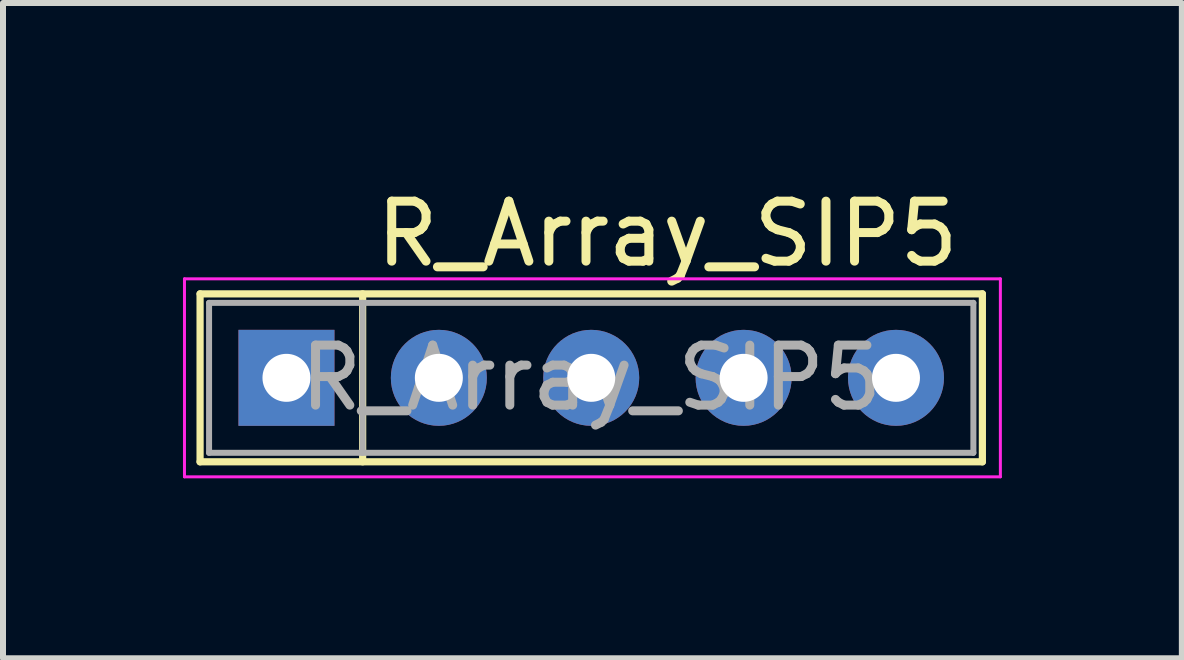
<source format=kicad_pcb>
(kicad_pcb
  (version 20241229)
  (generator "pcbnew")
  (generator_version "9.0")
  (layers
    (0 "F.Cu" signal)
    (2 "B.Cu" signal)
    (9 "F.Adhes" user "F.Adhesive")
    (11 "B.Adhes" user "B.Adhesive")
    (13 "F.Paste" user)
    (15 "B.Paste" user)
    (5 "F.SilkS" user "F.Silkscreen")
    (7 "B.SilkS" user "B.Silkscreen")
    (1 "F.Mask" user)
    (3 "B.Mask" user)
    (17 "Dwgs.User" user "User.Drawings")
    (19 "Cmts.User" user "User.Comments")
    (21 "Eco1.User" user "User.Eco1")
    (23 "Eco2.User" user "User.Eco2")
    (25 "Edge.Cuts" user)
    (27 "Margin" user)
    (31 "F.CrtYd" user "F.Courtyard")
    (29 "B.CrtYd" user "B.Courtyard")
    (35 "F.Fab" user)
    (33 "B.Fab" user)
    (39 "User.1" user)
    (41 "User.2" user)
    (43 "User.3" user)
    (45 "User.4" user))
  (footprint "R_Array_SIP5"
    (layer "F.Cu")
    (at 1.725 3.248)
    (property "Reference" "R_Array_SIP5" (at 6.35 -2.4 0) (layer "F.SilkS") (effects (font (size 1 1) (thickness 0.15))))
    (attr through_hole)
    (fp_line (start -1.44 -1.4) (end -1.44 1.4) (stroke (width 0.12) (type solid)) (layer "F.SilkS"))
    (fp_line (start -1.44 1.4) (end 11.6 1.4) (stroke (width 0.12) (type solid)) (layer "F.SilkS"))
    (fp_line (start 1.27 -1.4) (end 1.27 1.4) (stroke (width 0.12) (type solid)) (layer "F.SilkS"))
    (fp_line (start 11.6 -1.4) (end -1.44 -1.4) (stroke (width 0.12) (type solid)) (layer "F.SilkS"))
    (fp_line (start 11.6 1.4) (end 11.6 -1.4) (stroke (width 0.12) (type solid)) (layer "F.SilkS"))
    (fp_line (start -1.7 -1.65) (end -1.7 1.65) (stroke (width 0.05) (type solid)) (layer "F.CrtYd"))
    (fp_line (start -1.7 1.65) (end 11.9 1.65) (stroke (width 0.05) (type solid)) (layer "F.CrtYd"))
    (fp_line (start 11.9 -1.65) (end -1.7 -1.65) (stroke (width 0.05) (type solid)) (layer "F.CrtYd"))
    (fp_line (start 11.9 1.65) (end 11.9 -1.65) (stroke (width 0.05) (type solid)) (layer "F.CrtYd"))
    (fp_line (start -1.29 -1.25) (end -1.29 1.25) (stroke (width 0.1) (type solid)) (layer "F.Fab"))
    (fp_line (start -1.29 1.25) (end 11.45 1.25) (stroke (width 0.1) (type solid)) (layer "F.Fab"))
    (fp_line (start 1.27 -1.25) (end 1.27 1.25) (stroke (width 0.1) (type solid)) (layer "F.Fab"))
    (fp_line (start 11.45 -1.25) (end -1.29 -1.25) (stroke (width 0.1) (type solid)) (layer "F.Fab"))
    (fp_line (start 11.45 1.25) (end 11.45 -1.25) (stroke (width 0.1) (type solid)) (layer "F.Fab"))
    (fp_text user "${REFERENCE}" (at 5.08 0 0) (layer "F.Fab") (effects (font (size 1 1) (thickness 0.15))))
    (pad "1" thru_hole rect (at 0 0) (size 1.6 1.6) (drill 0.8) (layers "*.Cu" "*.Mask"))
    (pad "2" thru_hole oval (at 2.54 0) (size 1.6 1.6) (drill 0.8) (layers "*.Cu" "*.Mask"))
    (pad "3" thru_hole oval (at 5.08 0) (size 1.6 1.6) (drill 0.8) (layers "*.Cu" "*.Mask"))
    (pad "4" thru_hole oval (at 7.62 0) (size 1.6 1.6) (drill 0.8) (layers "*.Cu" "*.Mask"))
    (pad "5" thru_hole oval (at 10.16 0) (size 1.6 1.6) (drill 0.8) (layers "*.Cu" "*.Mask")))
  (gr_rect
    (start -3 -3)
    (end 16.65 7.923)
    (stroke (width 0.1) (type default))
    (fill no)
    (layer "Edge.Cuts")))
</source>
